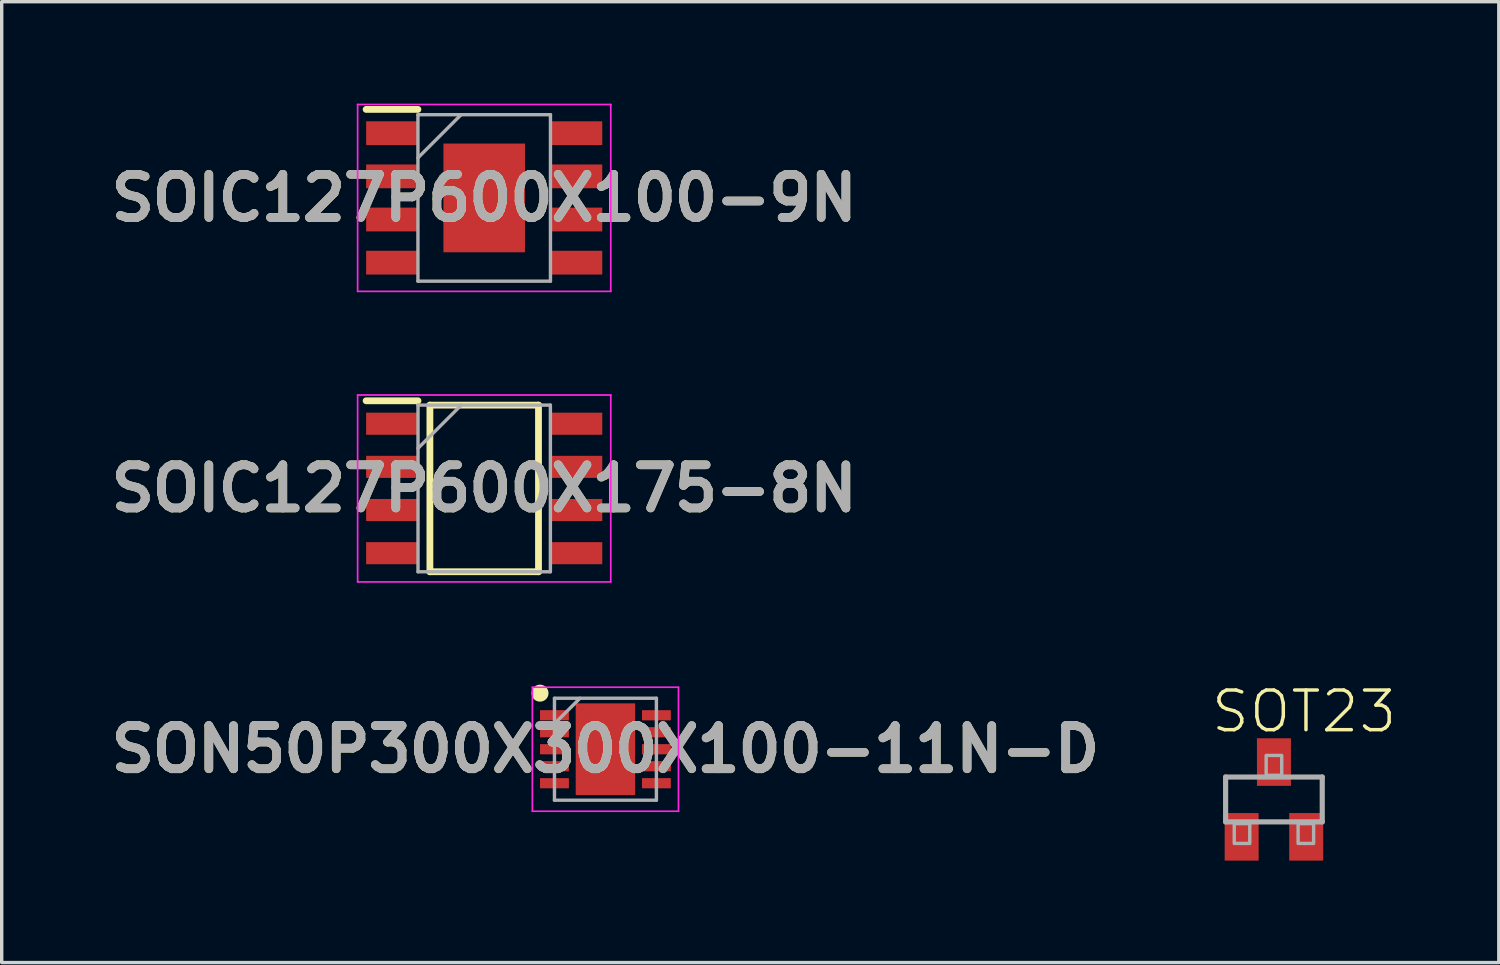
<source format=kicad_pcb>
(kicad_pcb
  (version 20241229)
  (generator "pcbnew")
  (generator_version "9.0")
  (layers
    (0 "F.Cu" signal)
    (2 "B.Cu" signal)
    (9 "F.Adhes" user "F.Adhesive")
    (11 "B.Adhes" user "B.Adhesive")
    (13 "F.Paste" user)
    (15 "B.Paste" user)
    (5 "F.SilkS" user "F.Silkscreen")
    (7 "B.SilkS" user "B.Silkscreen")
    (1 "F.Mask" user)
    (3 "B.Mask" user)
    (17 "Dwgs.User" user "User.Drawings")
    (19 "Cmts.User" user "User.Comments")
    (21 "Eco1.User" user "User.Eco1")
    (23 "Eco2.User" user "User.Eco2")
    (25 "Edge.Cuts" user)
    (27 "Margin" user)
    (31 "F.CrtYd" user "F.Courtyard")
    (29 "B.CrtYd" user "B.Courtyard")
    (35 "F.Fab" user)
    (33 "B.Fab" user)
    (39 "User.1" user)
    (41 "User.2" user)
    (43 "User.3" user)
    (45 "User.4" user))
  (footprint "SOT23"
    (layer "F.Cu")
    (at 34.442 20.478)
    (property "Reference" "SOT23" (at -1.905 -1.905 0) (layer "F.SilkS") (effects (font (size 1.168 1.168) (thickness 0.102)) (justify left bottom)))
    (fp_line (start -1.422 -0.66) (end 1.422 -0.66) (stroke (width 0.152) (type solid)) (layer "F.Fab"))
    (fp_line (start -1.422 0.66) (end -1.422 -0.66) (stroke (width 0.152) (type solid)) (layer "F.Fab"))
    (fp_line (start 1.422 -0.66) (end 1.422 0.66) (stroke (width 0.152) (type solid)) (layer "F.Fab"))
    (fp_line (start 1.422 0.66) (end -1.422 0.66) (stroke (width 0.152) (type solid)) (layer "F.Fab"))
    (fp_poly (pts (xy -1.168 1.295) (xy -0.711 1.295) (xy -0.711 0.711) (xy -1.168 0.711)) (stroke (width 0.1) (type solid)) (fill no) (layer "F.Fab"))
    (fp_poly (pts (xy -0.229 -0.711) (xy 0.229 -0.711) (xy 0.229 -1.295) (xy -0.229 -1.295)) (stroke (width 0.1) (type solid)) (fill no) (layer "F.Fab"))
    (fp_poly (pts (xy 0.711 1.295) (xy 1.168 1.295) (xy 1.168 0.711) (xy 0.711 0.711)) (stroke (width 0.1) (type solid)) (fill no) (layer "F.Fab"))
    (pad "1" smd rect (at -0.95 1.1) (size 1 1.4) (layers "F.Cu" "F.Mask" "F.Paste"))
    (pad "2" smd rect (at 0.95 1.1) (size 1 1.4) (layers "F.Cu" "F.Mask" "F.Paste"))
    (pad "3" smd rect (at 0 -1.1) (size 1 1.4) (layers "F.Cu" "F.Mask" "F.Paste")))
  (footprint "SON50P300X300X100-11N-D"
    (layer "F.Cu")
    (at 14.768 19)
    (property "Reference" "SON50P300X300X100-11N-D" (at 0 0 0) (layer "F.SilkS") (effects (font (size 1.27 1.27) (thickness 0.254))))
    (attr smd)
    (fp_circle (center -1.925 -1.65) (end -1.925 -1.525) (stroke (width 0.25) (type solid)) (fill no) (layer "F.SilkS"))
    (fp_line (start -2.15 -1.825) (end 2.15 -1.825) (stroke (width 0.05) (type solid)) (layer "F.CrtYd"))
    (fp_line (start -2.15 1.825) (end -2.15 -1.825) (stroke (width 0.05) (type solid)) (layer "F.CrtYd"))
    (fp_line (start 2.15 -1.825) (end 2.15 1.825) (stroke (width 0.05) (type solid)) (layer "F.CrtYd"))
    (fp_line (start 2.15 1.825) (end -2.15 1.825) (stroke (width 0.05) (type solid)) (layer "F.CrtYd"))
    (fp_line (start -1.5 -1.5) (end 1.5 -1.5) (stroke (width 0.1) (type solid)) (layer "F.Fab"))
    (fp_line (start -1.5 -0.75) (end -0.75 -1.5) (stroke (width 0.1) (type solid)) (layer "F.Fab"))
    (fp_line (start -1.5 1.5) (end -1.5 -1.5) (stroke (width 0.1) (type solid)) (layer "F.Fab"))
    (fp_line (start 1.5 -1.5) (end 1.5 1.5) (stroke (width 0.1) (type solid)) (layer "F.Fab"))
    (fp_line (start 1.5 1.5) (end -1.5 1.5) (stroke (width 0.1) (type solid)) (layer "F.Fab"))
    (fp_text user "${REFERENCE}" (at 0 0 0) (layer "F.Fab") (effects (font (size 1.27 1.27) (thickness 0.254))))
    (pad "1" smd rect (at -1.5 -1 90) (size 0.3 0.85) (layers "F.Cu" "F.Mask" "F.Paste"))
    (pad "2" smd rect (at -1.5 -0.5 90) (size 0.3 0.85) (layers "F.Cu" "F.Mask" "F.Paste"))
    (pad "3" smd rect (at -1.5 0 90) (size 0.3 0.85) (layers "F.Cu" "F.Mask" "F.Paste"))
    (pad "4" smd rect (at -1.5 0.5 90) (size 0.3 0.85) (layers "F.Cu" "F.Mask" "F.Paste"))
    (pad "5" smd rect (at -1.5 1 90) (size 0.3 0.85) (layers "F.Cu" "F.Mask" "F.Paste"))
    (pad "6" smd rect (at 1.5 1 90) (size 0.3 0.85) (layers "F.Cu" "F.Mask" "F.Paste"))
    (pad "7" smd rect (at 1.5 0.5 90) (size 0.3 0.85) (layers "F.Cu" "F.Mask" "F.Paste"))
    (pad "8" smd rect (at 1.5 0 90) (size 0.3 0.85) (layers "F.Cu" "F.Mask" "F.Paste"))
    (pad "9" smd rect (at 1.5 -0.5 90) (size 0.3 0.85) (layers "F.Cu" "F.Mask" "F.Paste"))
    (pad "10" smd rect (at 1.5 -1 90) (size 0.3 0.85) (layers "F.Cu" "F.Mask" "F.Paste"))
    (pad "11" smd rect (at 0 0) (size 1.75 2.7) (layers "F.Cu" "F.Mask" "F.Paste")))
  (footprint "SOIC127P600X100-9N"
    (layer "F.Cu")
    (at 11.2 2.775)
    (property "Reference" "SOIC127P600X100-9N" (at 0 0 0) (layer "F.SilkS") (effects (font (size 1.27 1.27) (thickness 0.254))))
    (attr smd)
    (fp_line (start -3.475 -2.605) (end -1.95 -2.605) (stroke (width 0.2) (type solid)) (layer "F.SilkS"))
    (fp_line (start -3.725 -2.75) (end 3.725 -2.75) (stroke (width 0.05) (type solid)) (layer "F.CrtYd"))
    (fp_line (start -3.725 2.75) (end -3.725 -2.75) (stroke (width 0.05) (type solid)) (layer "F.CrtYd"))
    (fp_line (start 3.725 -2.75) (end 3.725 2.75) (stroke (width 0.05) (type solid)) (layer "F.CrtYd"))
    (fp_line (start 3.725 2.75) (end -3.725 2.75) (stroke (width 0.05) (type solid)) (layer "F.CrtYd"))
    (fp_line (start -1.95 -2.45) (end 1.95 -2.45) (stroke (width 0.1) (type solid)) (layer "F.Fab"))
    (fp_line (start -1.95 -1.18) (end -0.68 -2.45) (stroke (width 0.1) (type solid)) (layer "F.Fab"))
    (fp_line (start -1.95 2.45) (end -1.95 -2.45) (stroke (width 0.1) (type solid)) (layer "F.Fab"))
    (fp_line (start 1.95 -2.45) (end 1.95 2.45) (stroke (width 0.1) (type solid)) (layer "F.Fab"))
    (fp_line (start 1.95 2.45) (end -1.95 2.45) (stroke (width 0.1) (type solid)) (layer "F.Fab"))
    (fp_text user "${REFERENCE}" (at 0 0 0) (layer "F.Fab") (effects (font (size 1.27 1.27) (thickness 0.254))))
    (pad "1" smd rect (at -2.712 -1.905 90) (size 0.7 1.525) (layers "F.Cu" "F.Mask" "F.Paste"))
    (pad "2" smd rect (at -2.712 -0.635 90) (size 0.7 1.525) (layers "F.Cu" "F.Mask" "F.Paste"))
    (pad "3" smd rect (at -2.712 0.635 90) (size 0.7 1.525) (layers "F.Cu" "F.Mask" "F.Paste"))
    (pad "4" smd rect (at -2.712 1.905 90) (size 0.7 1.525) (layers "F.Cu" "F.Mask" "F.Paste"))
    (pad "5" smd rect (at 2.712 1.905 90) (size 0.7 1.525) (layers "F.Cu" "F.Mask" "F.Paste"))
    (pad "6" smd rect (at 2.712 0.635 90) (size 0.7 1.525) (layers "F.Cu" "F.Mask" "F.Paste"))
    (pad "7" smd rect (at 2.712 -0.635 90) (size 0.7 1.525) (layers "F.Cu" "F.Mask" "F.Paste"))
    (pad "8" smd rect (at 2.712 -1.905 90) (size 0.7 1.525) (layers "F.Cu" "F.Mask" "F.Paste"))
    (pad "9" smd rect (at 0 0) (size 2.4 3.2) (layers "F.Cu" "F.Mask" "F.Paste")))
  (footprint "SOIC127P600X175-8N"
    (layer "F.Cu")
    (at 11.2 11.325)
    (property "Reference" "SOIC127P600X175-8N" (at 0 0 0) (layer "F.SilkS") (effects (font (size 1.27 1.27) (thickness 0.254))))
    (attr smd)
    (fp_line (start -3.475 -2.58) (end -1.948 -2.58) (stroke (width 0.2) (type solid)) (layer "F.SilkS"))
    (fp_line (start -1.598 -2.452) (end 1.598 -2.452) (stroke (width 0.2) (type solid)) (layer "F.SilkS"))
    (fp_line (start -1.598 2.452) (end -1.598 -2.452) (stroke (width 0.2) (type solid)) (layer "F.SilkS"))
    (fp_line (start 1.598 -2.452) (end 1.598 2.452) (stroke (width 0.2) (type solid)) (layer "F.SilkS"))
    (fp_line (start 1.598 2.452) (end -1.598 2.452) (stroke (width 0.2) (type solid)) (layer "F.SilkS"))
    (fp_line (start -3.725 -2.75) (end 3.725 -2.75) (stroke (width 0.05) (type solid)) (layer "F.CrtYd"))
    (fp_line (start -3.725 2.75) (end -3.725 -2.75) (stroke (width 0.05) (type solid)) (layer "F.CrtYd"))
    (fp_line (start 3.725 -2.75) (end 3.725 2.75) (stroke (width 0.05) (type solid)) (layer "F.CrtYd"))
    (fp_line (start 3.725 2.75) (end -3.725 2.75) (stroke (width 0.05) (type solid)) (layer "F.CrtYd"))
    (fp_line (start -1.948 -2.452) (end 1.948 -2.452) (stroke (width 0.1) (type solid)) (layer "F.Fab"))
    (fp_line (start -1.948 -1.182) (end -0.678 -2.452) (stroke (width 0.1) (type solid)) (layer "F.Fab"))
    (fp_line (start -1.948 2.452) (end -1.948 -2.452) (stroke (width 0.1) (type solid)) (layer "F.Fab"))
    (fp_line (start 1.948 -2.452) (end 1.948 2.452) (stroke (width 0.1) (type solid)) (layer "F.Fab"))
    (fp_line (start 1.948 2.452) (end -1.948 2.452) (stroke (width 0.1) (type solid)) (layer "F.Fab"))
    (fp_text user "${REFERENCE}" (at 0 0 0) (layer "F.Fab") (effects (font (size 1.27 1.27) (thickness 0.254))))
    (pad "1" smd rect (at -2.711 -1.905 90) (size 0.65 1.528) (layers "F.Cu" "F.Mask" "F.Paste"))
    (pad "2" smd rect (at -2.711 -0.635 90) (size 0.65 1.528) (layers "F.Cu" "F.Mask" "F.Paste"))
    (pad "3" smd rect (at -2.711 0.635 90) (size 0.65 1.528) (layers "F.Cu" "F.Mask" "F.Paste"))
    (pad "4" smd rect (at -2.711 1.905 90) (size 0.65 1.528) (layers "F.Cu" "F.Mask" "F.Paste"))
    (pad "5" smd rect (at 2.711 1.905 90) (size 0.65 1.528) (layers "F.Cu" "F.Mask" "F.Paste"))
    (pad "6" smd rect (at 2.711 0.635 90) (size 0.65 1.528) (layers "F.Cu" "F.Mask" "F.Paste"))
    (pad "7" smd rect (at 2.711 -0.635 90) (size 0.65 1.528) (layers "F.Cu" "F.Mask" "F.Paste"))
    (pad "8" smd rect (at 2.711 -1.905 90) (size 0.65 1.528) (layers "F.Cu" "F.Mask" "F.Paste")))
  (gr_rect
    (start -3 -3)
    (end 41.06 25.278)
    (stroke (width 0.1) (type default))
    (fill no)
    (layer "Edge.Cuts")))
</source>
